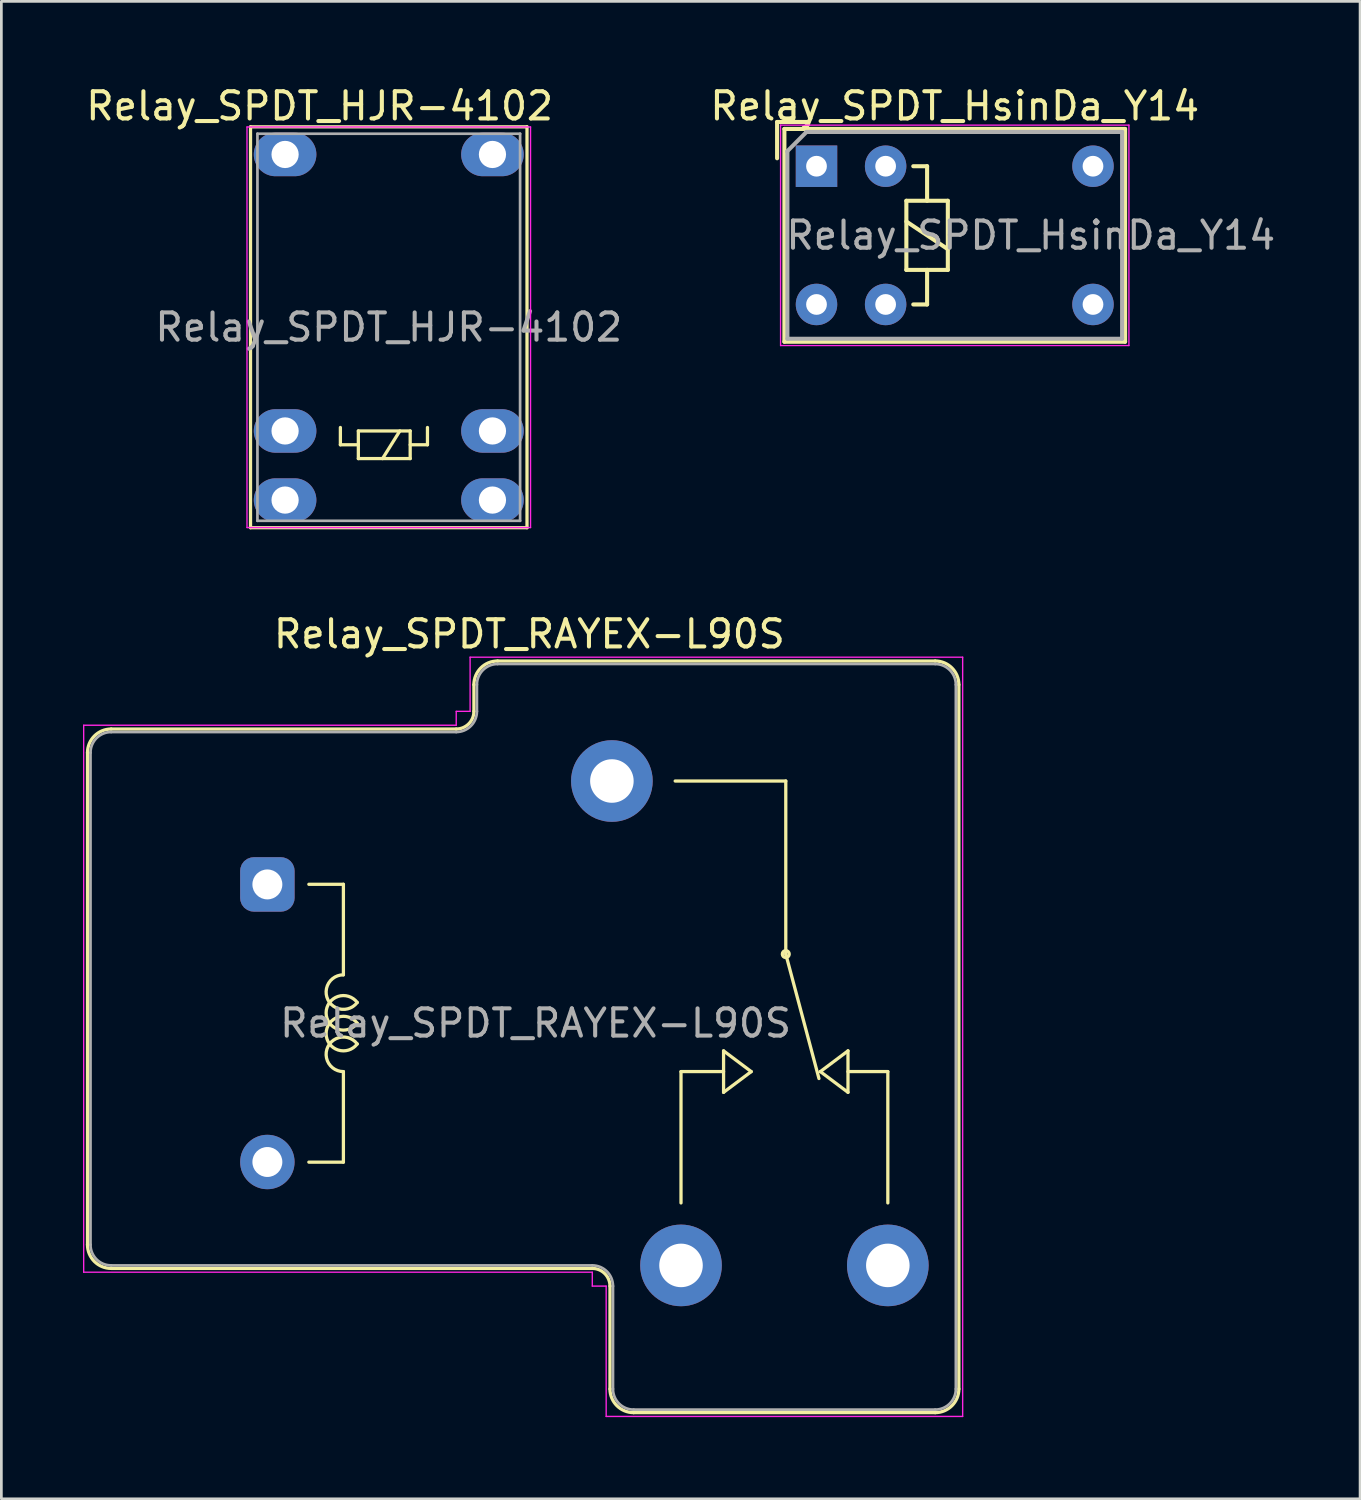
<source format=kicad_pcb>
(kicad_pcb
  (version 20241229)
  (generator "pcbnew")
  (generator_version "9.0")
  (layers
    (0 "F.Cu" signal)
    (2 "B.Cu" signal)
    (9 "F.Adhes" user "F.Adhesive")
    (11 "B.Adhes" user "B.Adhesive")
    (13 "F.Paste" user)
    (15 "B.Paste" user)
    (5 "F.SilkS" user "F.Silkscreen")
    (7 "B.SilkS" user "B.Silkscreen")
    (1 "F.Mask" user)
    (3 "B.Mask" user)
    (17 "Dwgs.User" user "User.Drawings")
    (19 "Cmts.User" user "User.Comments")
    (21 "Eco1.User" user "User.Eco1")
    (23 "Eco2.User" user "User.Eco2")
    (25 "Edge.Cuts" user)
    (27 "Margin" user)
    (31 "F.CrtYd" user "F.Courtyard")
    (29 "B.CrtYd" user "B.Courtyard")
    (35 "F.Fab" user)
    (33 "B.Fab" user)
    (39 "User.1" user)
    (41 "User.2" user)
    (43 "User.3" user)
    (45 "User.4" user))
  (footprint "Relay_SPDT_RAYEX-L90S"
    (layer "F.Cu")
    (at 4.235 34.55)
    (property "Reference" "Relay_SPDT_RAYEX-L90S" (at 12.167 -14.3 0) (layer "F.SilkS") (effects (font (size 1 1) (thickness 0.15))))
    (attr through_hole)
    (fp_line (start -4.07 -9.94) (end -4.07 8.14) (stroke (width 0.12) (type solid)) (layer "F.SilkS"))
    (fp_line (start -3.2 -10.81) (end 9.48 -10.81) (stroke (width 0.12) (type solid)) (layer "F.SilkS"))
    (fp_line (start -3.2 9.01) (end 14.48 9.01) (stroke (width 0.12) (type solid)) (layer "F.SilkS"))
    (fp_line (start 4.064 -5.105) (end 5.334 -5.105) (stroke (width 0.12) (type solid)) (layer "F.SilkS"))
    (fp_line (start 5.334 -1.778) (end 5.334 -5.105) (stroke (width 0.12) (type solid)) (layer "F.SilkS"))
    (fp_line (start 5.334 5.105) (end 4.064 5.105) (stroke (width 0.12) (type solid)) (layer "F.SilkS"))
    (fp_line (start 5.334 5.105) (end 5.334 1.778) (stroke (width 0.12) (type solid)) (layer "F.SilkS"))
    (fp_line (start 10.13 -12.44) (end 10.13 -11.46) (stroke (width 0.12) (type solid)) (layer "F.SilkS"))
    (fp_line (start 11 -13.31) (end 27.08 -13.31) (stroke (width 0.12) (type solid)) (layer "F.SilkS"))
    (fp_line (start 15.13 9.66) (end 15.13 13.44) (stroke (width 0.12) (type solid)) (layer "F.SilkS"))
    (fp_line (start 16 14.31) (end 27.08 14.31) (stroke (width 0.12) (type solid)) (layer "F.SilkS"))
    (fp_line (start 17.74 1.778) (end 19.304 1.778) (stroke (width 0.12) (type solid)) (layer "F.SilkS"))
    (fp_line (start 17.74 6.604) (end 17.74 1.778) (stroke (width 0.12) (type solid)) (layer "F.SilkS"))
    (fp_line (start 19.304 1.016) (end 19.304 2.54) (stroke (width 0.12) (type solid)) (layer "F.SilkS"))
    (fp_line (start 19.304 2.54) (end 20.32 1.778) (stroke (width 0.12) (type solid)) (layer "F.SilkS"))
    (fp_line (start 20.32 1.778) (end 19.304 1.016) (stroke (width 0.12) (type solid)) (layer "F.SilkS"))
    (fp_line (start 21.59 -8.9) (end 17.526 -8.9) (stroke (width 0.12) (type solid)) (layer "F.SilkS"))
    (fp_line (start 21.59 -2.54) (end 21.59 -8.9) (stroke (width 0.12) (type solid)) (layer "F.SilkS"))
    (fp_line (start 21.59 -2.54) (end 22.809 2.032) (stroke (width 0.12) (type solid)) (layer "F.SilkS"))
    (fp_line (start 22.86 1.778) (end 23.876 1.016) (stroke (width 0.12) (type solid)) (layer "F.SilkS"))
    (fp_line (start 23.876 1.778) (end 25.34 1.778) (stroke (width 0.12) (type solid)) (layer "F.SilkS"))
    (fp_line (start 23.876 2.54) (end 22.86 1.778) (stroke (width 0.12) (type solid)) (layer "F.SilkS"))
    (fp_line (start 23.876 2.54) (end 23.876 1.016) (stroke (width 0.12) (type solid)) (layer "F.SilkS"))
    (fp_line (start 25.34 1.778) (end 25.34 6.604) (stroke (width 0.12) (type solid)) (layer "F.SilkS"))
    (fp_line (start 27.95 -12.44) (end 27.95 13.44) (stroke (width 0.12) (type solid)) (layer "F.SilkS"))
    (fp_arc (start -4.07 -9.94) (mid -3.815183 -10.555183) (end -3.2 -10.81) (stroke (width 0.12) (type solid)) (layer "F.SilkS"))
    (fp_arc (start -3.2 9.01) (mid -3.815183 8.755183) (end -4.07 8.14) (stroke (width 0.12) (type solid)) (layer "F.SilkS"))
    (fp_arc (start 5.334002 1.777997) (mid 4.765966 0.859166) (end 5.841802 0.76173) (stroke (width 0.12) (type solid)) (layer "F.SilkS"))
    (fp_arc (start 5.8418 -0.761733) (mid 4.765964 -0.859168) (end 5.334 -1.778) (stroke (width 0.12) (type solid)) (layer "F.SilkS"))
    (fp_arc (start 5.842265 -0.000355) (mid 4.699002 -0.38078) (end 5.842 -0.762001) (stroke (width 0.12) (type solid)) (layer "F.SilkS"))
    (fp_arc (start 5.842266 0.761644) (mid 4.699003 0.381219) (end 5.842001 -0.000002) (stroke (width 0.12) (type solid)) (layer "F.SilkS"))
    (fp_arc (start 10.13 -12.44) (mid 10.384817 -13.055183) (end 11 -13.31) (stroke (width 0.12) (type solid)) (layer "F.SilkS"))
    (fp_arc (start 10.13 -11.46) (mid 9.939619 -11.000381) (end 9.48 -10.81) (stroke (width 0.12) (type solid)) (layer "F.SilkS"))
    (fp_arc (start 14.48 9.01) (mid 14.939619 9.200381) (end 15.13 9.66) (stroke (width 0.12) (type solid)) (layer "F.SilkS"))
    (fp_arc (start 16 14.31) (mid 15.384817 14.055183) (end 15.13 13.44) (stroke (width 0.12) (type solid)) (layer "F.SilkS"))
    (fp_arc (start 27.08 -13.31) (mid 27.695183 -13.055183) (end 27.95 -12.44) (stroke (width 0.12) (type solid)) (layer "F.SilkS"))
    (fp_arc (start 27.95 13.44) (mid 27.695183 14.055183) (end 27.08 14.31) (stroke (width 0.12) (type solid)) (layer "F.SilkS"))
    (fp_circle (center 21.59 -2.54) (end 21.59 -2.413) (stroke (width 0.12) (type solid)) (fill no) (layer "F.SilkS"))
    (fp_line (start -4.21 -10.95) (end -4.21 9.15) (stroke (width 0.05) (type solid)) (layer "F.CrtYd"))
    (fp_line (start -4.21 -10.95) (end 9.48 -10.95) (stroke (width 0.05) (type solid)) (layer "F.CrtYd"))
    (fp_line (start -4.21 9.15) (end 14.48 9.15) (stroke (width 0.05) (type solid)) (layer "F.CrtYd"))
    (fp_line (start 9.48 -11.46) (end 9.48 -10.95) (stroke (width 0.05) (type solid)) (layer "F.CrtYd"))
    (fp_line (start 9.48 -11.46) (end 9.99 -11.46) (stroke (width 0.05) (type solid)) (layer "F.CrtYd"))
    (fp_line (start 9.99 -13.45) (end 9.99 -11.46) (stroke (width 0.05) (type solid)) (layer "F.CrtYd"))
    (fp_line (start 9.99 -13.45) (end 28.09 -13.45) (stroke (width 0.05) (type solid)) (layer "F.CrtYd"))
    (fp_line (start 14.48 9.15) (end 14.48 9.66) (stroke (width 0.05) (type solid)) (layer "F.CrtYd"))
    (fp_line (start 14.48 9.66) (end 14.99 9.66) (stroke (width 0.05) (type solid)) (layer "F.CrtYd"))
    (fp_line (start 14.99 9.66) (end 14.99 14.45) (stroke (width 0.05) (type solid)) (layer "F.CrtYd"))
    (fp_line (start 14.99 14.45) (end 28.09 14.45) (stroke (width 0.05) (type solid)) (layer "F.CrtYd"))
    (fp_line (start 28.09 -13.45) (end 28.09 14.45) (stroke (width 0.05) (type solid)) (layer "F.CrtYd"))
    (fp_line (start -3.96 -9.94) (end -3.96 8.14) (stroke (width 0.1) (type solid)) (layer "F.Fab"))
    (fp_line (start -3.2 -10.7) (end 9.48 -10.7) (stroke (width 0.1) (type solid)) (layer "F.Fab"))
    (fp_line (start -3.2 8.9) (end 14.48 8.9) (stroke (width 0.1) (type solid)) (layer "F.Fab"))
    (fp_line (start 10.24 -12.44) (end 10.24 -11.46) (stroke (width 0.1) (type solid)) (layer "F.Fab"))
    (fp_line (start 11 -13.2) (end 27.08 -13.2) (stroke (width 0.1) (type solid)) (layer "F.Fab"))
    (fp_line (start 15.24 9.66) (end 15.24 13.44) (stroke (width 0.1) (type solid)) (layer "F.Fab"))
    (fp_line (start 16 14.2) (end 27.08 14.2) (stroke (width 0.1) (type solid)) (layer "F.Fab"))
    (fp_line (start 27.84 -12.44) (end 27.84 13.44) (stroke (width 0.1) (type solid)) (layer "F.Fab"))
    (fp_arc (start -3.96 -9.94) (mid -3.737401 -10.477401) (end -3.2 -10.7) (stroke (width 0.1) (type solid)) (layer "F.Fab"))
    (fp_arc (start -3.2 8.9) (mid -3.737401 8.677401) (end -3.96 8.14) (stroke (width 0.1) (type solid)) (layer "F.Fab"))
    (fp_arc (start 10.24 -12.44) (mid 10.462599 -12.977401) (end 11 -13.2) (stroke (width 0.1) (type solid)) (layer "F.Fab"))
    (fp_arc (start 10.24 -11.46) (mid 10.017401 -10.922599) (end 9.48 -10.7) (stroke (width 0.1) (type solid)) (layer "F.Fab"))
    (fp_arc (start 14.48 8.9) (mid 15.017401 9.122599) (end 15.24 9.66) (stroke (width 0.1) (type solid)) (layer "F.Fab"))
    (fp_arc (start 16 14.2) (mid 15.462599 13.977401) (end 15.24 13.44) (stroke (width 0.1) (type solid)) (layer "F.Fab"))
    (fp_arc (start 27.08 -13.2) (mid 27.617401 -12.977401) (end 27.84 -12.44) (stroke (width 0.1) (type solid)) (layer "F.Fab"))
    (fp_arc (start 27.84 13.44) (mid 27.617401 13.977401) (end 27.08 14.2) (stroke (width 0.1) (type solid)) (layer "F.Fab"))
    (fp_text user "${REFERENCE}" (at 12.395 0 0) (layer "F.Fab") (effects (font (size 1 1) (thickness 0.15))))
    (pad "11" thru_hole circle (at 15.2 -8.9 180) (size 3 3) (drill 1.6) (layers "*.Cu" "*.Mask"))
    (pad "12" thru_hole circle (at 25.34 8.9 180) (size 3 3) (drill 1.6) (layers "*.Cu" "*.Mask"))
    (pad "14" thru_hole circle (at 17.74 8.9 180) (size 3 3) (drill 1.6) (layers "*.Cu" "*.Mask"))
    (pad "A1" thru_hole roundrect (at 2.54 -5.1 180) (size 2 2) (drill 1.1) (layers "*.Cu" "*.Mask") (roundrect_rratio 0.25))
    (pad "A2" thru_hole circle (at 2.54 5.1 180) (size 2 2) (drill 1.1) (layers "*.Cu" "*.Mask")))
  (footprint "Relay_SPDT_HJR-4102"
    (layer "F.Cu")
    (at 7.426 2.626)
    (property "Reference" "Relay_SPDT_HJR-4102" (at 1.27 -1.778 0) (layer "F.SilkS") (effects (font (size 1 1) (thickness 0.15))))
    (attr through_hole)
    (fp_line (start -1.27 -1.016) (end 8.89 -1.016) (stroke (width 0.12) (type solid)) (layer "F.SilkS"))
    (fp_line (start -1.27 13.716) (end -1.27 -1.016) (stroke (width 0.12) (type solid)) (layer "F.SilkS"))
    (fp_line (start 2.032 10.033) (end 2.032 10.668) (stroke (width 0.12) (type solid)) (layer "F.SilkS"))
    (fp_line (start 2.032 10.668) (end 2.692 10.668) (stroke (width 0.12) (type solid)) (layer "F.SilkS"))
    (fp_line (start 2.692 10.16) (end 2.692 11.176) (stroke (width 0.12) (type solid)) (layer "F.SilkS"))
    (fp_line (start 2.692 11.176) (end 4.597 11.176) (stroke (width 0.12) (type solid)) (layer "F.SilkS"))
    (fp_line (start 4.216 10.16) (end 3.581 11.176) (stroke (width 0.12) (type solid)) (layer "F.SilkS"))
    (fp_line (start 4.597 10.16) (end 2.692 10.16) (stroke (width 0.12) (type solid)) (layer "F.SilkS"))
    (fp_line (start 4.597 10.16) (end 4.597 11.176) (stroke (width 0.12) (type solid)) (layer "F.SilkS"))
    (fp_line (start 5.232 10.033) (end 5.232 10.668) (stroke (width 0.12) (type solid)) (layer "F.SilkS"))
    (fp_line (start 5.232 10.668) (end 4.597 10.668) (stroke (width 0.12) (type solid)) (layer "F.SilkS"))
    (fp_line (start 8.89 -1.016) (end 8.89 13.716) (stroke (width 0.12) (type solid)) (layer "F.SilkS"))
    (fp_line (start 8.89 13.716) (end -1.27 13.716) (stroke (width 0.12) (type solid)) (layer "F.SilkS"))
    (fp_line (start -1.4 -1.01) (end 9.02 -1.01) (stroke (width 0.05) (type solid)) (layer "F.CrtYd"))
    (fp_line (start -1.4 13.71) (end -1.4 -1.01) (stroke (width 0.05) (type solid)) (layer "F.CrtYd"))
    (fp_line (start 9.02 -1.01) (end 9.02 13.71) (stroke (width 0.05) (type solid)) (layer "F.CrtYd"))
    (fp_line (start 9.02 13.71) (end -1.4 13.71) (stroke (width 0.05) (type solid)) (layer "F.CrtYd"))
    (fp_line (start -1.016 -0.762) (end 8.636 -0.762) (stroke (width 0.1) (type solid)) (layer "F.Fab"))
    (fp_line (start -1.016 13.462) (end -1.016 -0.762) (stroke (width 0.1) (type solid)) (layer "F.Fab"))
    (fp_line (start 8.636 -0.762) (end 8.636 13.462) (stroke (width 0.1) (type solid)) (layer "F.Fab"))
    (fp_line (start 8.636 13.462) (end -1.016 13.462) (stroke (width 0.1) (type solid)) (layer "F.Fab"))
    (fp_text user "${REFERENCE}" (at 3.81 6.35 0) (layer "F.Fab") (effects (font (size 1 1) (thickness 0.15))))
    (pad "1" thru_hole oval (at 0 0) (size 2.3 1.6) (drill 1) (layers "*.Cu" "*.Mask"))
    (pad "5" thru_hole oval (at 0 10.16) (size 2.3 1.6) (drill 1) (layers "*.Cu" "*.Mask"))
    (pad "6" thru_hole oval (at 0 12.7) (size 2.3 1.6) (drill 1) (layers "*.Cu" "*.Mask"))
    (pad "7" thru_hole oval (at 7.62 12.7) (size 2.3 1.6) (drill 1) (layers "*.Cu" "*.Mask"))
    (pad "8" thru_hole oval (at 7.62 10.16) (size 2.3 1.6) (drill 1) (layers "*.Cu" "*.Mask"))
    (pad "12" thru_hole oval (at 7.62 0) (size 2.3 1.6) (drill 1) (layers "*.Cu" "*.Mask")))
  (footprint "Relay_SPDT_HsinDa_Y14"
    (layer "F.Cu")
    (at 26.954 3.058)
    (property "Reference" "Relay_SPDT_HsinDa_Y14" (at 5.08 -2.21 0) (layer "F.SilkS") (effects (font (size 1 1) (thickness 0.15))))
    (attr through_hole)
    (fp_line (start -1.448 -1.626) (end -1.448 -0.292) (stroke (width 0.15) (type solid)) (layer "F.SilkS"))
    (fp_line (start -1.18 -1.37) (end -1.18 6.45) (stroke (width 0.15) (type solid)) (layer "F.SilkS"))
    (fp_line (start -1.18 6.45) (end 11.34 6.45) (stroke (width 0.15) (type solid)) (layer "F.SilkS"))
    (fp_line (start -0.305 -1.626) (end -1.448 -1.626) (stroke (width 0.15) (type solid)) (layer "F.SilkS"))
    (fp_line (start 3.302 1.27) (end 4.826 1.27) (stroke (width 0.15) (type solid)) (layer "F.SilkS"))
    (fp_line (start 3.302 2.032) (end 4.826 3.048) (stroke (width 0.15) (type solid)) (layer "F.SilkS"))
    (fp_line (start 3.302 3.81) (end 3.302 1.27) (stroke (width 0.15) (type solid)) (layer "F.SilkS"))
    (fp_line (start 3.556 0) (end 4.064 0) (stroke (width 0.15) (type solid)) (layer "F.SilkS"))
    (fp_line (start 4.064 0) (end 4.064 1.27) (stroke (width 0.15) (type solid)) (layer "F.SilkS"))
    (fp_line (start 4.064 3.81) (end 4.064 5.08) (stroke (width 0.15) (type solid)) (layer "F.SilkS"))
    (fp_line (start 4.064 5.08) (end 3.556 5.08) (stroke (width 0.15) (type solid)) (layer "F.SilkS"))
    (fp_line (start 4.826 1.27) (end 4.826 3.81) (stroke (width 0.15) (type solid)) (layer "F.SilkS"))
    (fp_line (start 4.826 3.81) (end 3.302 3.81) (stroke (width 0.15) (type solid)) (layer "F.SilkS"))
    (fp_line (start 11.34 -1.37) (end -1.18 -1.37) (stroke (width 0.15) (type solid)) (layer "F.SilkS"))
    (fp_line (start 11.34 6.45) (end 11.34 -1.37) (stroke (width 0.15) (type solid)) (layer "F.SilkS"))
    (fp_line (start -1.32 -1.51) (end -1.32 6.59) (stroke (width 0.05) (type solid)) (layer "F.CrtYd"))
    (fp_line (start -1.32 6.59) (end 11.48 6.59) (stroke (width 0.05) (type solid)) (layer "F.CrtYd"))
    (fp_line (start 11.48 -1.51) (end -1.32 -1.51) (stroke (width 0.05) (type solid)) (layer "F.CrtYd"))
    (fp_line (start 11.48 6.59) (end 11.48 -1.51) (stroke (width 0.05) (type solid)) (layer "F.CrtYd"))
    (fp_line (start -1.07 6.34) (end -1.07 -0.546) (stroke (width 0.15) (type solid)) (layer "F.Fab"))
    (fp_line (start -0.381 -1.26) (end 11.23 -1.26) (stroke (width 0.15) (type solid)) (layer "F.Fab"))
    (fp_line (start -0.381 -1.245) (end -1.079 -0.546) (stroke (width 0.15) (type solid)) (layer "F.Fab"))
    (fp_line (start 11.23 -1.26) (end 11.23 6.34) (stroke (width 0.15) (type solid)) (layer "F.Fab"))
    (fp_line (start 11.23 6.34) (end -1.07 6.34) (stroke (width 0.15) (type solid)) (layer "F.Fab"))
    (fp_text user "${REFERENCE}" (at 7.874 2.54 0) (layer "F.Fab") (effects (font (size 1 1) (thickness 0.15))))
    (pad "1" thru_hole rect (at 0 0) (size 1.524 1.524) (drill 0.762) (layers "*.Cu" "*.Mask"))
    (pad "2" thru_hole circle (at 0 5.08) (size 1.524 1.524) (drill 0.762) (layers "*.Cu" "*.Mask"))
    (pad "3" thru_hole circle (at 2.54 0) (size 1.524 1.524) (drill 0.762) (layers "*.Cu" "*.Mask"))
    (pad "4" thru_hole circle (at 2.54 5.08) (size 1.524 1.524) (drill 0.762) (layers "*.Cu" "*.Mask"))
    (pad "5" thru_hole circle (at 10.16 0) (size 1.524 1.524) (drill 0.762) (layers "*.Cu" "*.Mask"))
    (pad "6" thru_hole circle (at 10.16 5.08) (size 1.524 1.524) (drill 0.762) (layers "*.Cu" "*.Mask")))
  (gr_rect
    (start -3 -3)
    (end 46.929 52.026)
    (stroke (width 0.1) (type default))
    (fill no)
    (layer "Edge.Cuts")))
</source>
